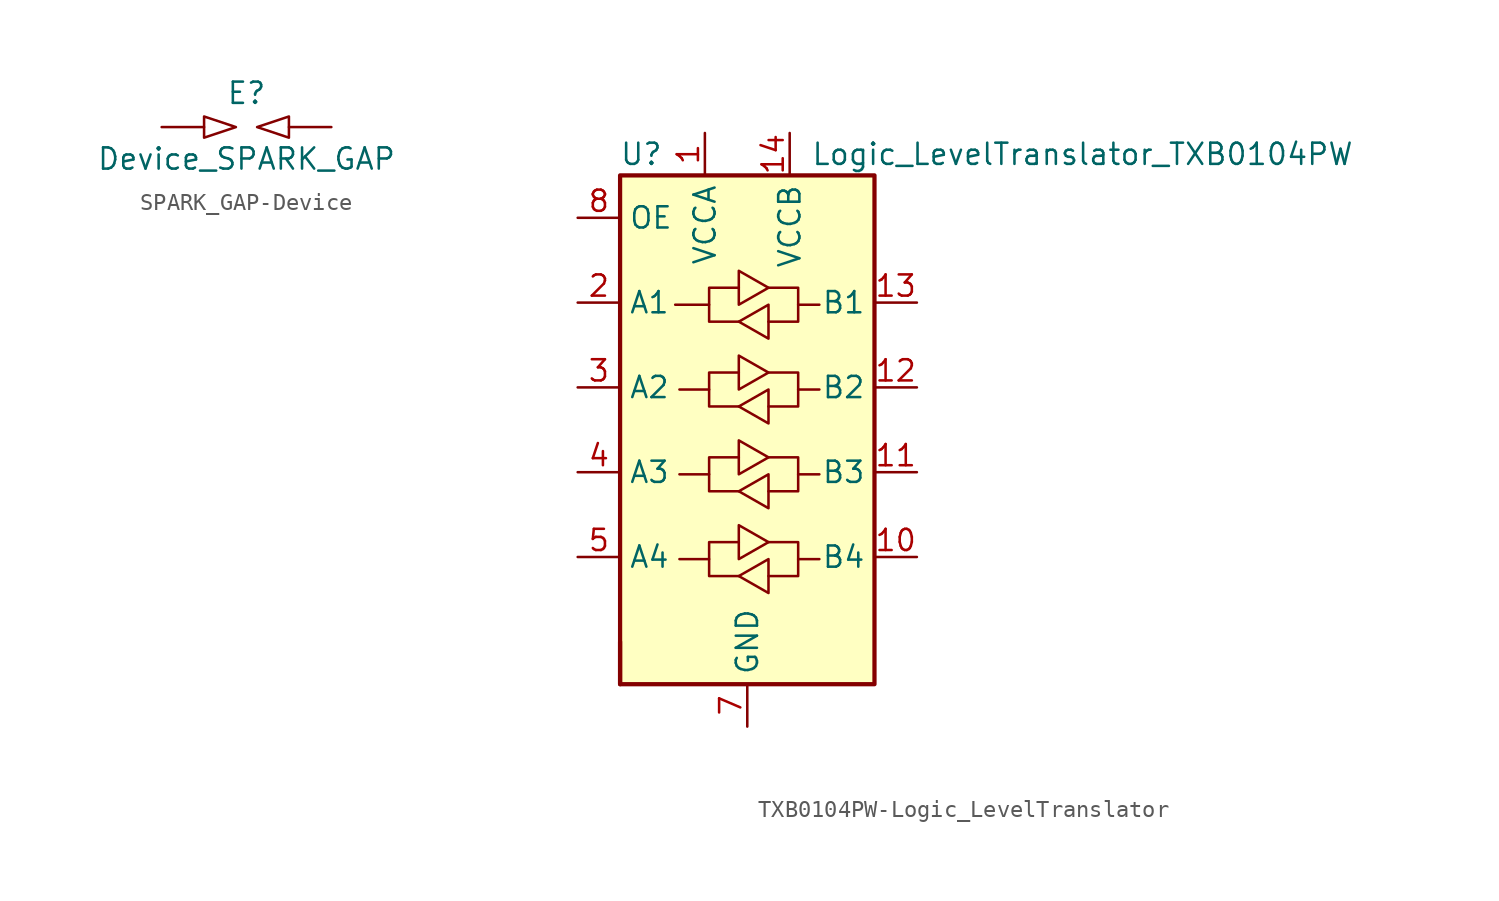
<source format=kicad_sym>
(kicad_symbol_lib
  (version 20220914)
  (generator kicad_symbol_editor)
  (symbol "SPARK_GAP-Device"
    (pin_numbers hide)
    (pin_names
      (offset 0))
    (property "Reference" "E"
      (at 0 2.032 0)
      (effects (font (size 1.27 1.27))))
    (property "Value" "Device_SPARK_GAP"
      (at 0 -1.905 0)
      (effects (font (size 1.27 1.27))))
    (symbol "SPARK_GAP-Device_0_1"
      (polyline (pts (xy -2.54 0.635) (xy -2.54 -0.635) (xy -0.635 0) (xy -2.54 0.635)) (stroke (width 0) (type solid)) (fill (type none)))
      (polyline (pts (xy 2.54 0.635) (xy 2.54 -0.635) (xy 0.635 0) (xy 2.54 0.635)) (stroke (width 0) (type solid)) (fill (type none))))
    (symbol "SPARK_GAP-Device_1_1"
      (pin passive line (at -5.08 0 0) (length 2.54) (name "~" (effects (font (size 1.27 1.27)))) (number "1" (effects (font (size 1.27 1.27)))))
      (pin passive line (at 5.08 0 180) (length 2.54) (name "~" (effects (font (size 1.27 1.27)))) (number "2" (effects (font (size 1.27 1.27)))))))
  (symbol "TXB0104PW-Logic_LevelTranslator"
    (property "Reference" "U"
      (at -6.35 16.51 0)
      (effects (font (size 1.27 1.27))))
    (property "Value" "Logic_LevelTranslator_TXB0104PW"
      (at 3.81 16.51 0)
      (effects (font (size 1.27 1.27)) (justify left)))
    (symbol "TXB0104PW-Logic_LevelTranslator_0_1"
      (rectangle (start -7.62 -15.24) (end -7.62 -12.7) (stroke (width 0.254) (type solid)) (fill (type none)))
      (rectangle (start -7.62 15.24) (end 7.62 -15.24) (stroke (width 0.254) (type solid)) (fill (type background)))
      (polyline (pts (xy -2.286 -7.747) (xy -2.286 -6.731) (xy -0.508 -6.731)) (stroke (width 0) (type solid)) (fill (type none)))
      (polyline (pts (xy -2.286 -2.667) (xy -2.286 -1.651) (xy -0.508 -1.651)) (stroke (width 0) (type solid)) (fill (type none)))
      (polyline (pts (xy -2.286 2.413) (xy -2.286 3.429) (xy -0.508 3.429)) (stroke (width 0) (type solid)) (fill (type none)))
      (polyline (pts (xy -2.286 7.493) (xy -2.286 8.509) (xy -0.508 8.509)) (stroke (width 0) (type solid)) (fill (type none)))
      (polyline (pts (xy 3.048 -7.747) (xy 3.048 -8.763) (xy 1.27 -8.763)) (stroke (width 0) (type solid)) (fill (type none)))
      (polyline (pts (xy 3.048 -2.667) (xy 3.048 -3.683) (xy 1.27 -3.683)) (stroke (width 0) (type solid)) (fill (type none)))
      (polyline (pts (xy 3.048 2.413) (xy 3.048 1.397) (xy 1.27 1.397)) (stroke (width 0) (type solid)) (fill (type none)))
      (polyline (pts (xy 3.048 7.493) (xy 3.048 6.477) (xy 1.27 6.477)) (stroke (width 0) (type solid)) (fill (type none)))
      (polyline (pts (xy -0.508 -8.763) (xy -2.286 -8.763) (xy -2.286 -7.747) (xy -4.064 -7.747)) (stroke (width 0) (type solid)) (fill (type none)))
      (polyline (pts (xy -0.508 -8.763) (xy 1.27 -7.747) (xy 1.27 -9.779) (xy -0.508 -8.763)) (stroke (width 0) (type solid)) (fill (type none)))
      (polyline (pts (xy -0.508 -3.683) (xy -2.286 -3.683) (xy -2.286 -2.667) (xy -4.064 -2.667)) (stroke (width 0) (type solid)) (fill (type none)))
      (polyline (pts (xy -0.508 -3.683) (xy 1.27 -2.667) (xy 1.27 -4.699) (xy -0.508 -3.683)) (stroke (width 0) (type solid)) (fill (type none)))
      (polyline (pts (xy -0.508 1.397) (xy -2.286 1.397) (xy -2.286 2.413) (xy -4.064 2.413)) (stroke (width 0) (type solid)) (fill (type none)))
      (polyline (pts (xy -0.508 1.397) (xy 1.27 2.413) (xy 1.27 0.381) (xy -0.508 1.397)) (stroke (width 0) (type solid)) (fill (type none)))
      (polyline (pts (xy -0.508 6.477) (xy -2.286 6.477) (xy -2.286 7.493) (xy -4.318 7.493)) (stroke (width 0) (type solid)) (fill (type none)))
      (polyline (pts (xy -0.508 6.477) (xy 1.27 7.493) (xy 1.27 5.461) (xy -0.508 6.477)) (stroke (width 0) (type solid)) (fill (type none)))
      (polyline (pts (xy 1.27 -6.731) (xy -0.508 -7.747) (xy -0.508 -5.715) (xy 1.27 -6.731)) (stroke (width 0) (type solid)) (fill (type none)))
      (polyline (pts (xy 1.27 -6.731) (xy 3.048 -6.731) (xy 3.048 -7.747) (xy 4.318 -7.747)) (stroke (width 0) (type solid)) (fill (type none)))
      (polyline (pts (xy 1.27 -1.651) (xy -0.508 -2.667) (xy -0.508 -0.635) (xy 1.27 -1.651)) (stroke (width 0) (type solid)) (fill (type none)))
      (polyline (pts (xy 1.27 -1.651) (xy 3.048 -1.651) (xy 3.048 -2.667) (xy 4.318 -2.667)) (stroke (width 0) (type solid)) (fill (type none)))
      (polyline (pts (xy 1.27 3.429) (xy -0.508 2.413) (xy -0.508 4.445) (xy 1.27 3.429)) (stroke (width 0) (type solid)) (fill (type none)))
      (polyline (pts (xy 1.27 3.429) (xy 3.048 3.429) (xy 3.048 2.413) (xy 4.318 2.413)) (stroke (width 0) (type solid)) (fill (type none)))
      (polyline (pts (xy 1.27 8.509) (xy -0.508 7.493) (xy -0.508 9.525) (xy 1.27 8.509)) (stroke (width 0) (type solid)) (fill (type none)))
      (polyline (pts (xy 1.27 8.509) (xy 3.048 8.509) (xy 3.048 7.493) (xy 4.318 7.493)) (stroke (width 0) (type solid)) (fill (type none))))
    (symbol "TXB0104PW-Logic_LevelTranslator_1_1"
      (pin power_in line (at -2.54 17.78 270) (length 2.54) (name "VCCA" (effects (font (size 1.27 1.27)))) (number "1" (effects (font (size 1.27 1.27)))))
      (pin bidirectional line (at 10.16 -7.62 180) (length 2.54) (name "B4" (effects (font (size 1.27 1.27)))) (number "10" (effects (font (size 1.27 1.27)))))
      (pin bidirectional line (at 10.16 -2.54 180) (length 2.54) (name "B3" (effects (font (size 1.27 1.27)))) (number "11" (effects (font (size 1.27 1.27)))))
      (pin bidirectional line (at 10.16 2.54 180) (length 2.54) (name "B2" (effects (font (size 1.27 1.27)))) (number "12" (effects (font (size 1.27 1.27)))))
      (pin bidirectional line (at 10.16 7.62 180) (length 2.54) (name "B1" (effects (font (size 1.27 1.27)))) (number "13" (effects (font (size 1.27 1.27)))))
      (pin power_in line (at 2.54 17.78 270) (length 2.54) (name "VCCB" (effects (font (size 1.27 1.27)))) (number "14" (effects (font (size 1.27 1.27)))))
      (pin bidirectional line (at -10.16 7.62 0) (length 2.54) (name "A1" (effects (font (size 1.27 1.27)))) (number "2" (effects (font (size 1.27 1.27)))))
      (pin bidirectional line (at -10.16 2.54 0) (length 2.54) (name "A2" (effects (font (size 1.27 1.27)))) (number "3" (effects (font (size 1.27 1.27)))))
      (pin bidirectional line (at -10.16 -2.54 0) (length 2.54) (name "A3" (effects (font (size 1.27 1.27)))) (number "4" (effects (font (size 1.27 1.27)))))
      (pin bidirectional line (at -10.16 -7.62 0) (length 2.54) (name "A4" (effects (font (size 1.27 1.27)))) (number "5" (effects (font (size 1.27 1.27)))))
      (pin no_connect line (at -10.16 -12.7 0) (length 2.54) hide (name "NC" (effects (font (size 1.27 1.27)))) (number "6" (effects (font (size 1.27 1.27)))))
      (pin power_in line (at 0 -17.78 90) (length 2.54) (name "GND" (effects (font (size 1.27 1.27)))) (number "7" (effects (font (size 1.27 1.27)))))
      (pin input line (at -10.16 12.7 0) (length 2.54) (name "OE" (effects (font (size 1.27 1.27)))) (number "8" (effects (font (size 1.27 1.27)))))
      (pin no_connect line (at 10.16 -12.7 180) (length 2.54) hide (name "NC" (effects (font (size 1.27 1.27)))) (number "9" (effects (font (size 1.27 1.27))))))))
</source>
